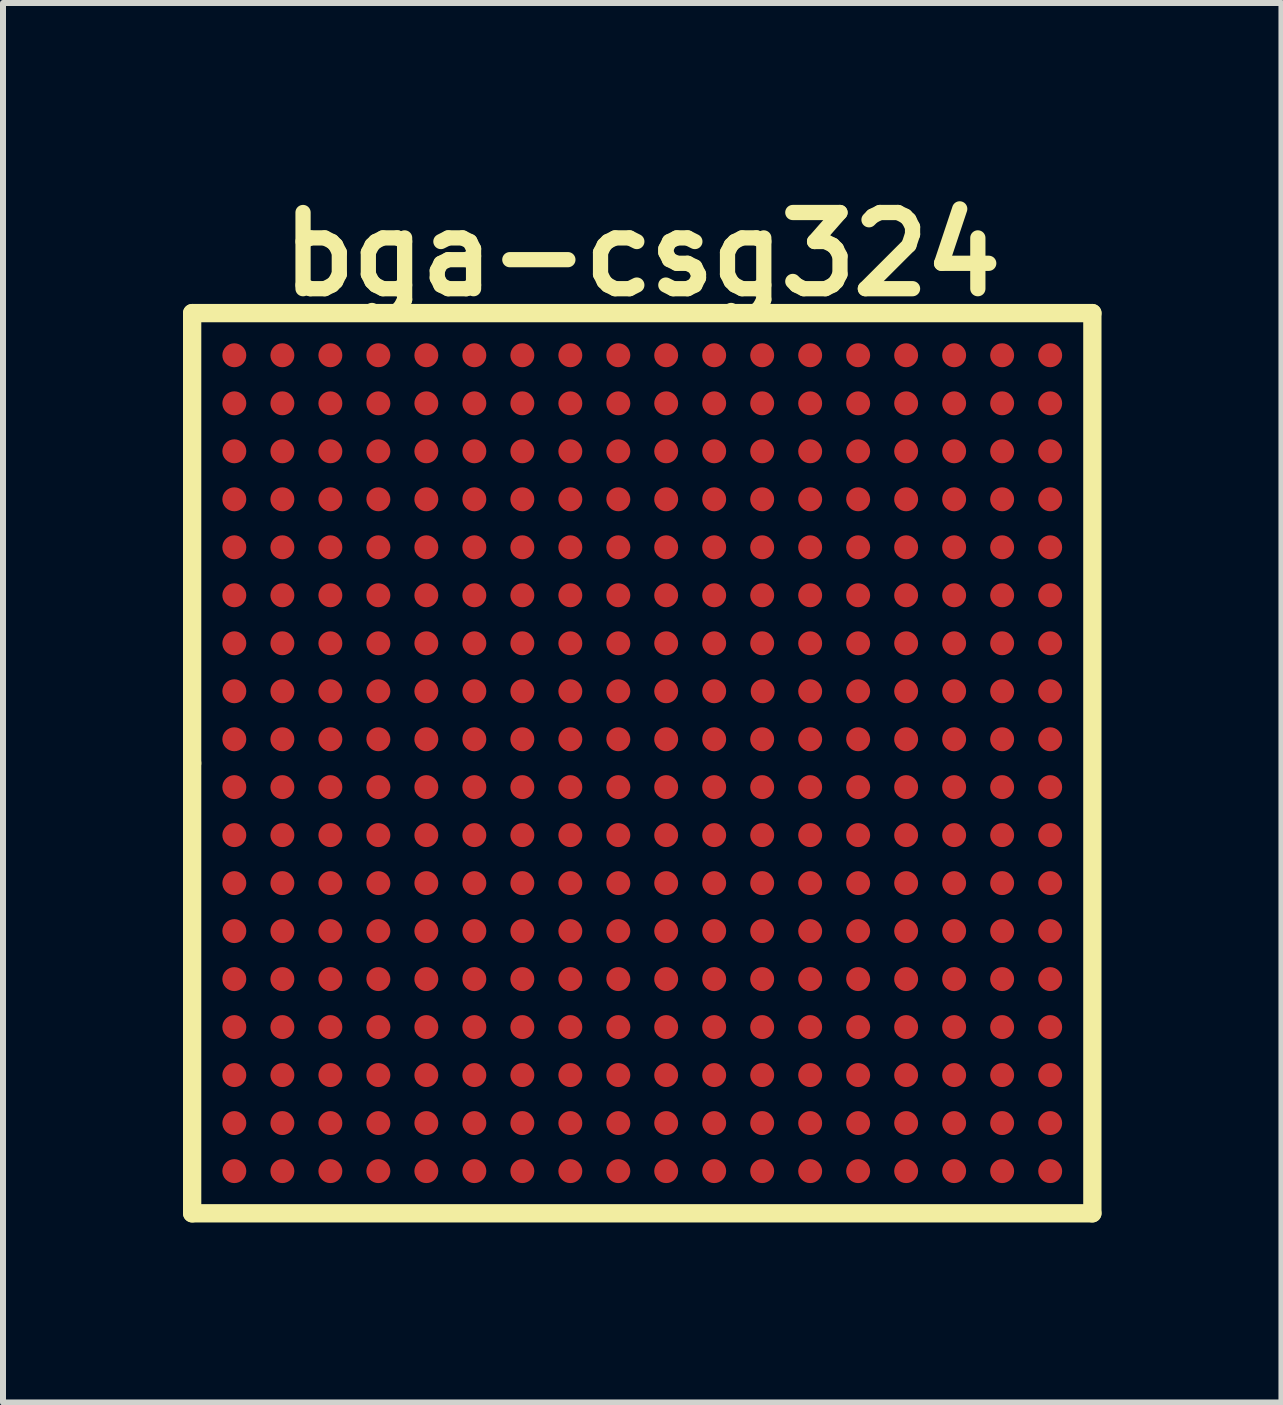
<source format=kicad_pcb>
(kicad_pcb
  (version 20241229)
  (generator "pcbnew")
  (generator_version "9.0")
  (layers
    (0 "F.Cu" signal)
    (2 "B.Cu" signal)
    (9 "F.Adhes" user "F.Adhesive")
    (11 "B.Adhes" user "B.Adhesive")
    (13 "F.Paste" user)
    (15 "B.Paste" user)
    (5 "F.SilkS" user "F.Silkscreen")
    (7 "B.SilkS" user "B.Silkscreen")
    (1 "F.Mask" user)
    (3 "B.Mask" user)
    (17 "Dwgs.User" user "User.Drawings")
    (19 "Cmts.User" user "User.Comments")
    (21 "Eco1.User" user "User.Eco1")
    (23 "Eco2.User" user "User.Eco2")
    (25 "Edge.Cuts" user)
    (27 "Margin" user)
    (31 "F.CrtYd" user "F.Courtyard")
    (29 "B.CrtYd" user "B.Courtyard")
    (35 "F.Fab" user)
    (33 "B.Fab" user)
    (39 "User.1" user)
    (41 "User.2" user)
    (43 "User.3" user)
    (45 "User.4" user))
  (footprint "bga-csg324"
    (layer "F.Cu")
    (at 7.656 9.672)
    (property "Reference" "bga-csg324" (at 0 -8.484 0) (layer "F.SilkS") (effects (font (size 1.27 1.27) (thickness 0.254))))
    (attr through_hole)
    (fp_line (start -7.503 -7.503) (end 7.503 -7.503) (stroke (width 0.305) (type solid)) (layer "F.SilkS"))
    (fp_line (start -7.503 0) (end -7.503 -7.503) (stroke (width 0.305) (type solid)) (layer "F.SilkS"))
    (fp_line (start -7.503 7.503) (end -7.503 0) (stroke (width 0.305) (type solid)) (layer "F.SilkS"))
    (fp_line (start 7.503 -7.503) (end 7.503 7.503) (stroke (width 0.305) (type solid)) (layer "F.SilkS"))
    (fp_line (start 7.503 7.503) (end -7.503 7.503) (stroke (width 0.305) (type solid)) (layer "F.SilkS"))
    (pad "A1" smd circle (at -6.8 -6.8) (size 0.399 0.399) (layers "F.Cu" "F.Mask" "F.Paste"))
    (pad "A2" smd circle (at -5.999 -6.8) (size 0.399 0.399) (layers "F.Cu" "F.Mask" "F.Paste"))
    (pad "A3" smd circle (at -5.199 -6.8) (size 0.399 0.399) (layers "F.Cu" "F.Mask" "F.Paste"))
    (pad "A4" smd circle (at -4.399 -6.8) (size 0.399 0.399) (layers "F.Cu" "F.Mask" "F.Paste"))
    (pad "A5" smd circle (at -3.599 -6.8) (size 0.399 0.399) (layers "F.Cu" "F.Mask" "F.Paste"))
    (pad "A6" smd circle (at -2.799 -6.8) (size 0.399 0.399) (layers "F.Cu" "F.Mask" "F.Paste"))
    (pad "A7" smd circle (at -1.999 -6.8) (size 0.399 0.399) (layers "F.Cu" "F.Mask" "F.Paste"))
    (pad "A8" smd circle (at -1.199 -6.8) (size 0.399 0.399) (layers "F.Cu" "F.Mask" "F.Paste"))
    (pad "A9" smd circle (at -0.399 -6.8) (size 0.399 0.399) (layers "F.Cu" "F.Mask" "F.Paste"))
    (pad "A10" smd circle (at 0.399 -6.8) (size 0.399 0.399) (layers "F.Cu" "F.Mask" "F.Paste"))
    (pad "A11" smd circle (at 1.199 -6.8) (size 0.399 0.399) (layers "F.Cu" "F.Mask" "F.Paste"))
    (pad "A12" smd circle (at 1.999 -6.8) (size 0.399 0.399) (layers "F.Cu" "F.Mask" "F.Paste"))
    (pad "A13" smd circle (at 2.799 -6.8) (size 0.399 0.399) (layers "F.Cu" "F.Mask" "F.Paste"))
    (pad "A14" smd circle (at 3.599 -6.8) (size 0.399 0.399) (layers "F.Cu" "F.Mask" "F.Paste"))
    (pad "A15" smd circle (at 4.399 -6.8) (size 0.399 0.399) (layers "F.Cu" "F.Mask" "F.Paste"))
    (pad "A16" smd circle (at 5.199 -6.8) (size 0.399 0.399) (layers "F.Cu" "F.Mask" "F.Paste"))
    (pad "A17" smd circle (at 5.999 -6.8) (size 0.399 0.399) (layers "F.Cu" "F.Mask" "F.Paste"))
    (pad "A18" smd circle (at 6.8 -6.8) (size 0.399 0.399) (layers "F.Cu" "F.Mask" "F.Paste"))
    (pad "B1" smd circle (at -6.8 -5.999) (size 0.399 0.399) (layers "F.Cu" "F.Mask" "F.Paste"))
    (pad "B2" smd circle (at -5.999 -5.999) (size 0.399 0.399) (layers "F.Cu" "F.Mask" "F.Paste"))
    (pad "B3" smd circle (at -5.199 -5.999) (size 0.399 0.399) (layers "F.Cu" "F.Mask" "F.Paste"))
    (pad "B4" smd circle (at -4.399 -5.999) (size 0.399 0.399) (layers "F.Cu" "F.Mask" "F.Paste"))
    (pad "B5" smd circle (at -3.599 -5.999) (size 0.399 0.399) (layers "F.Cu" "F.Mask" "F.Paste"))
    (pad "B6" smd circle (at -2.799 -5.999) (size 0.399 0.399) (layers "F.Cu" "F.Mask" "F.Paste"))
    (pad "B7" smd circle (at -1.999 -5.999) (size 0.399 0.399) (layers "F.Cu" "F.Mask" "F.Paste"))
    (pad "B8" smd circle (at -1.199 -5.999) (size 0.399 0.399) (layers "F.Cu" "F.Mask" "F.Paste"))
    (pad "B9" smd circle (at -0.399 -5.999) (size 0.399 0.399) (layers "F.Cu" "F.Mask" "F.Paste"))
    (pad "B10" smd circle (at 0.399 -5.999) (size 0.399 0.399) (layers "F.Cu" "F.Mask" "F.Paste"))
    (pad "B11" smd circle (at 1.199 -5.999) (size 0.399 0.399) (layers "F.Cu" "F.Mask" "F.Paste"))
    (pad "B12" smd circle (at 1.999 -5.999) (size 0.399 0.399) (layers "F.Cu" "F.Mask" "F.Paste"))
    (pad "B13" smd circle (at 2.799 -5.999) (size 0.399 0.399) (layers "F.Cu" "F.Mask" "F.Paste"))
    (pad "B14" smd circle (at 3.599 -5.999) (size 0.399 0.399) (layers "F.Cu" "F.Mask" "F.Paste"))
    (pad "B15" smd circle (at 4.399 -5.999) (size 0.399 0.399) (layers "F.Cu" "F.Mask" "F.Paste"))
    (pad "B16" smd circle (at 5.199 -5.999) (size 0.399 0.399) (layers "F.Cu" "F.Mask" "F.Paste"))
    (pad "B17" smd circle (at 5.999 -5.999) (size 0.399 0.399) (layers "F.Cu" "F.Mask" "F.Paste"))
    (pad "B18" smd circle (at 6.8 -5.999) (size 0.399 0.399) (layers "F.Cu" "F.Mask" "F.Paste"))
    (pad "C1" smd circle (at -6.8 -5.199) (size 0.399 0.399) (layers "F.Cu" "F.Mask" "F.Paste"))
    (pad "C2" smd circle (at -5.999 -5.199) (size 0.399 0.399) (layers "F.Cu" "F.Mask" "F.Paste"))
    (pad "C3" smd circle (at -5.199 -5.199) (size 0.399 0.399) (layers "F.Cu" "F.Mask" "F.Paste"))
    (pad "C4" smd circle (at -4.399 -5.199) (size 0.399 0.399) (layers "F.Cu" "F.Mask" "F.Paste"))
    (pad "C5" smd circle (at -3.599 -5.199) (size 0.399 0.399) (layers "F.Cu" "F.Mask" "F.Paste"))
    (pad "C6" smd circle (at -2.799 -5.199) (size 0.399 0.399) (layers "F.Cu" "F.Mask" "F.Paste"))
    (pad "C7" smd circle (at -1.999 -5.199) (size 0.399 0.399) (layers "F.Cu" "F.Mask" "F.Paste"))
    (pad "C8" smd circle (at -1.199 -5.199) (size 0.399 0.399) (layers "F.Cu" "F.Mask" "F.Paste"))
    (pad "C9" smd circle (at -0.399 -5.199) (size 0.399 0.399) (layers "F.Cu" "F.Mask" "F.Paste"))
    (pad "C10" smd circle (at 0.399 -5.199) (size 0.399 0.399) (layers "F.Cu" "F.Mask" "F.Paste"))
    (pad "C11" smd circle (at 1.199 -5.199) (size 0.399 0.399) (layers "F.Cu" "F.Mask" "F.Paste"))
    (pad "C12" smd circle (at 1.999 -5.199) (size 0.399 0.399) (layers "F.Cu" "F.Mask" "F.Paste"))
    (pad "C13" smd circle (at 2.799 -5.199) (size 0.399 0.399) (layers "F.Cu" "F.Mask" "F.Paste"))
    (pad "C14" smd circle (at 3.599 -5.199) (size 0.399 0.399) (layers "F.Cu" "F.Mask" "F.Paste"))
    (pad "C15" smd circle (at 4.399 -5.199) (size 0.399 0.399) (layers "F.Cu" "F.Mask" "F.Paste"))
    (pad "C16" smd circle (at 5.199 -5.199) (size 0.399 0.399) (layers "F.Cu" "F.Mask" "F.Paste"))
    (pad "C17" smd circle (at 5.999 -5.199) (size 0.399 0.399) (layers "F.Cu" "F.Mask" "F.Paste"))
    (pad "C18" smd circle (at 6.8 -5.199) (size 0.399 0.399) (layers "F.Cu" "F.Mask" "F.Paste"))
    (pad "D1" smd circle (at -6.8 -4.399) (size 0.399 0.399) (layers "F.Cu" "F.Mask" "F.Paste"))
    (pad "D2" smd circle (at -5.999 -4.399) (size 0.399 0.399) (layers "F.Cu" "F.Mask" "F.Paste"))
    (pad "D3" smd circle (at -5.199 -4.399) (size 0.399 0.399) (layers "F.Cu" "F.Mask" "F.Paste"))
    (pad "D4" smd circle (at -4.399 -4.399) (size 0.399 0.399) (layers "F.Cu" "F.Mask" "F.Paste"))
    (pad "D5" smd circle (at -3.599 -4.399) (size 0.399 0.399) (layers "F.Cu" "F.Mask" "F.Paste"))
    (pad "D6" smd circle (at -2.799 -4.399) (size 0.399 0.399) (layers "F.Cu" "F.Mask" "F.Paste"))
    (pad "D7" smd circle (at -1.999 -4.399) (size 0.399 0.399) (layers "F.Cu" "F.Mask" "F.Paste"))
    (pad "D8" smd circle (at -1.199 -4.399) (size 0.399 0.399) (layers "F.Cu" "F.Mask" "F.Paste"))
    (pad "D9" smd circle (at -0.399 -4.399) (size 0.399 0.399) (layers "F.Cu" "F.Mask" "F.Paste"))
    (pad "D10" smd circle (at 0.399 -4.399) (size 0.399 0.399) (layers "F.Cu" "F.Mask" "F.Paste"))
    (pad "D11" smd circle (at 1.199 -4.399) (size 0.399 0.399) (layers "F.Cu" "F.Mask" "F.Paste"))
    (pad "D12" smd circle (at 1.999 -4.399) (size 0.399 0.399) (layers "F.Cu" "F.Mask" "F.Paste"))
    (pad "D13" smd circle (at 2.799 -4.399) (size 0.399 0.399) (layers "F.Cu" "F.Mask" "F.Paste"))
    (pad "D14" smd circle (at 3.599 -4.399) (size 0.399 0.399) (layers "F.Cu" "F.Mask" "F.Paste"))
    (pad "D15" smd circle (at 4.399 -4.399) (size 0.399 0.399) (layers "F.Cu" "F.Mask" "F.Paste"))
    (pad "D16" smd circle (at 5.199 -4.399) (size 0.399 0.399) (layers "F.Cu" "F.Mask" "F.Paste"))
    (pad "D17" smd circle (at 5.999 -4.399) (size 0.399 0.399) (layers "F.Cu" "F.Mask" "F.Paste"))
    (pad "D18" smd circle (at 6.8 -4.399) (size 0.399 0.399) (layers "F.Cu" "F.Mask" "F.Paste"))
    (pad "E1" smd circle (at -6.8 -3.599) (size 0.399 0.399) (layers "F.Cu" "F.Mask" "F.Paste"))
    (pad "E2" smd circle (at -5.999 -3.599) (size 0.399 0.399) (layers "F.Cu" "F.Mask" "F.Paste"))
    (pad "E3" smd circle (at -5.199 -3.599) (size 0.399 0.399) (layers "F.Cu" "F.Mask" "F.Paste"))
    (pad "E4" smd circle (at -4.399 -3.599) (size 0.399 0.399) (layers "F.Cu" "F.Mask" "F.Paste"))
    (pad "E5" smd circle (at -3.599 -3.599) (size 0.399 0.399) (layers "F.Cu" "F.Mask" "F.Paste"))
    (pad "E6" smd circle (at -2.799 -3.599) (size 0.399 0.399) (layers "F.Cu" "F.Mask" "F.Paste"))
    (pad "E7" smd circle (at -1.999 -3.599) (size 0.399 0.399) (layers "F.Cu" "F.Mask" "F.Paste"))
    (pad "E8" smd circle (at -1.199 -3.599) (size 0.399 0.399) (layers "F.Cu" "F.Mask" "F.Paste"))
    (pad "E9" smd circle (at -0.399 -3.599) (size 0.399 0.399) (layers "F.Cu" "F.Mask" "F.Paste"))
    (pad "E10" smd circle (at 0.399 -3.599) (size 0.399 0.399) (layers "F.Cu" "F.Mask" "F.Paste"))
    (pad "E11" smd circle (at 1.199 -3.599) (size 0.399 0.399) (layers "F.Cu" "F.Mask" "F.Paste"))
    (pad "E12" smd circle (at 1.999 -3.599) (size 0.399 0.399) (layers "F.Cu" "F.Mask" "F.Paste"))
    (pad "E13" smd circle (at 2.799 -3.599) (size 0.399 0.399) (layers "F.Cu" "F.Mask" "F.Paste"))
    (pad "E14" smd circle (at 3.599 -3.599) (size 0.399 0.399) (layers "F.Cu" "F.Mask" "F.Paste"))
    (pad "E15" smd circle (at 4.399 -3.599) (size 0.399 0.399) (layers "F.Cu" "F.Mask" "F.Paste"))
    (pad "E16" smd circle (at 5.199 -3.599) (size 0.399 0.399) (layers "F.Cu" "F.Mask" "F.Paste"))
    (pad "E17" smd circle (at 5.999 -3.599) (size 0.399 0.399) (layers "F.Cu" "F.Mask" "F.Paste"))
    (pad "E18" smd circle (at 6.8 -3.599) (size 0.399 0.399) (layers "F.Cu" "F.Mask" "F.Paste"))
    (pad "F1" smd circle (at -6.8 -2.799) (size 0.399 0.399) (layers "F.Cu" "F.Mask" "F.Paste"))
    (pad "F2" smd circle (at -5.999 -2.799) (size 0.399 0.399) (layers "F.Cu" "F.Mask" "F.Paste"))
    (pad "F3" smd circle (at -5.199 -2.799) (size 0.399 0.399) (layers "F.Cu" "F.Mask" "F.Paste"))
    (pad "F4" smd circle (at -4.399 -2.799) (size 0.399 0.399) (layers "F.Cu" "F.Mask" "F.Paste"))
    (pad "F5" smd circle (at -3.599 -2.799) (size 0.399 0.399) (layers "F.Cu" "F.Mask" "F.Paste"))
    (pad "F6" smd circle (at -2.799 -2.799) (size 0.399 0.399) (layers "F.Cu" "F.Mask" "F.Paste"))
    (pad "F7" smd circle (at -1.999 -2.799) (size 0.399 0.399) (layers "F.Cu" "F.Mask" "F.Paste"))
    (pad "F8" smd circle (at -1.199 -2.799) (size 0.399 0.399) (layers "F.Cu" "F.Mask" "F.Paste"))
    (pad "F9" smd circle (at -0.399 -2.799) (size 0.399 0.399) (layers "F.Cu" "F.Mask" "F.Paste"))
    (pad "F10" smd circle (at 0.399 -2.799) (size 0.399 0.399) (layers "F.Cu" "F.Mask" "F.Paste"))
    (pad "F11" smd circle (at 1.199 -2.799) (size 0.399 0.399) (layers "F.Cu" "F.Mask" "F.Paste"))
    (pad "F12" smd circle (at 1.999 -2.799) (size 0.399 0.399) (layers "F.Cu" "F.Mask" "F.Paste"))
    (pad "F13" smd circle (at 2.799 -2.799) (size 0.399 0.399) (layers "F.Cu" "F.Mask" "F.Paste"))
    (pad "F14" smd circle (at 3.599 -2.799) (size 0.399 0.399) (layers "F.Cu" "F.Mask" "F.Paste"))
    (pad "F15" smd circle (at 4.399 -2.799) (size 0.399 0.399) (layers "F.Cu" "F.Mask" "F.Paste"))
    (pad "F16" smd circle (at 5.199 -2.799) (size 0.399 0.399) (layers "F.Cu" "F.Mask" "F.Paste"))
    (pad "F17" smd circle (at 5.999 -2.799) (size 0.399 0.399) (layers "F.Cu" "F.Mask" "F.Paste"))
    (pad "F18" smd circle (at 6.8 -2.799) (size 0.399 0.399) (layers "F.Cu" "F.Mask" "F.Paste"))
    (pad "G1" smd circle (at -6.8 -1.999) (size 0.399 0.399) (layers "F.Cu" "F.Mask" "F.Paste"))
    (pad "G2" smd circle (at -5.999 -1.999) (size 0.399 0.399) (layers "F.Cu" "F.Mask" "F.Paste"))
    (pad "G3" smd circle (at -5.199 -1.999) (size 0.399 0.399) (layers "F.Cu" "F.Mask" "F.Paste"))
    (pad "G4" smd circle (at -4.399 -1.999) (size 0.399 0.399) (layers "F.Cu" "F.Mask" "F.Paste"))
    (pad "G5" smd circle (at -3.599 -1.999) (size 0.399 0.399) (layers "F.Cu" "F.Mask" "F.Paste"))
    (pad "G6" smd circle (at -2.799 -1.999) (size 0.399 0.399) (layers "F.Cu" "F.Mask" "F.Paste"))
    (pad "G7" smd circle (at -1.999 -1.999) (size 0.399 0.399) (layers "F.Cu" "F.Mask" "F.Paste"))
    (pad "G8" smd circle (at -1.199 -1.999) (size 0.399 0.399) (layers "F.Cu" "F.Mask" "F.Paste"))
    (pad "G9" smd circle (at -0.399 -1.999) (size 0.399 0.399) (layers "F.Cu" "F.Mask" "F.Paste"))
    (pad "G10" smd circle (at 0.399 -1.999) (size 0.399 0.399) (layers "F.Cu" "F.Mask" "F.Paste"))
    (pad "G11" smd circle (at 1.199 -1.999) (size 0.399 0.399) (layers "F.Cu" "F.Mask" "F.Paste"))
    (pad "G12" smd circle (at 1.999 -1.999) (size 0.399 0.399) (layers "F.Cu" "F.Mask" "F.Paste"))
    (pad "G13" smd circle (at 2.799 -1.999) (size 0.399 0.399) (layers "F.Cu" "F.Mask" "F.Paste"))
    (pad "G14" smd circle (at 3.599 -1.999) (size 0.399 0.399) (layers "F.Cu" "F.Mask" "F.Paste"))
    (pad "G15" smd circle (at 4.399 -1.999) (size 0.399 0.399) (layers "F.Cu" "F.Mask" "F.Paste"))
    (pad "G16" smd circle (at 5.199 -1.999) (size 0.399 0.399) (layers "F.Cu" "F.Mask" "F.Paste"))
    (pad "G17" smd circle (at 5.999 -1.999) (size 0.399 0.399) (layers "F.Cu" "F.Mask" "F.Paste"))
    (pad "G18" smd circle (at 6.8 -1.999) (size 0.399 0.399) (layers "F.Cu" "F.Mask" "F.Paste"))
    (pad "H1" smd circle (at -6.8 -1.199) (size 0.399 0.399) (layers "F.Cu" "F.Mask" "F.Paste"))
    (pad "H2" smd circle (at -5.999 -1.199) (size 0.399 0.399) (layers "F.Cu" "F.Mask" "F.Paste"))
    (pad "H3" smd circle (at -5.199 -1.199) (size 0.399 0.399) (layers "F.Cu" "F.Mask" "F.Paste"))
    (pad "H4" smd circle (at -4.399 -1.199) (size 0.399 0.399) (layers "F.Cu" "F.Mask" "F.Paste"))
    (pad "H5" smd circle (at -3.599 -1.199) (size 0.399 0.399) (layers "F.Cu" "F.Mask" "F.Paste"))
    (pad "H6" smd circle (at -2.799 -1.199) (size 0.399 0.399) (layers "F.Cu" "F.Mask" "F.Paste"))
    (pad "H7" smd circle (at -1.999 -1.199) (size 0.399 0.399) (layers "F.Cu" "F.Mask" "F.Paste"))
    (pad "H8" smd circle (at -1.199 -1.199) (size 0.399 0.399) (layers "F.Cu" "F.Mask" "F.Paste"))
    (pad "H9" smd circle (at -0.399 -1.199) (size 0.399 0.399) (layers "F.Cu" "F.Mask" "F.Paste"))
    (pad "H10" smd circle (at 0.399 -1.199) (size 0.399 0.399) (layers "F.Cu" "F.Mask" "F.Paste"))
    (pad "H11" smd circle (at 1.199 -1.199) (size 0.399 0.399) (layers "F.Cu" "F.Mask" "F.Paste"))
    (pad "H12" smd circle (at 2.007 -1.199) (size 0.399 0.399) (layers "F.Cu" "F.Mask" "F.Paste"))
    (pad "H13" smd circle (at 2.799 -1.199) (size 0.399 0.399) (layers "F.Cu" "F.Mask" "F.Paste"))
    (pad "H14" smd circle (at 3.599 -1.199) (size 0.399 0.399) (layers "F.Cu" "F.Mask" "F.Paste"))
    (pad "H15" smd circle (at 4.399 -1.199) (size 0.399 0.399) (layers "F.Cu" "F.Mask" "F.Paste"))
    (pad "H16" smd circle (at 5.199 -1.199) (size 0.399 0.399) (layers "F.Cu" "F.Mask" "F.Paste"))
    (pad "H17" smd circle (at 5.999 -1.199) (size 0.399 0.399) (layers "F.Cu" "F.Mask" "F.Paste"))
    (pad "H18" smd circle (at 6.8 -1.199) (size 0.399 0.399) (layers "F.Cu" "F.Mask" "F.Paste"))
    (pad "J1" smd circle (at -6.8 -0.399) (size 0.399 0.399) (layers "F.Cu" "F.Mask" "F.Paste"))
    (pad "J2" smd circle (at -5.999 -0.399) (size 0.399 0.399) (layers "F.Cu" "F.Mask" "F.Paste"))
    (pad "J3" smd circle (at -5.199 -0.399) (size 0.399 0.399) (layers "F.Cu" "F.Mask" "F.Paste"))
    (pad "J4" smd circle (at -4.399 -0.399) (size 0.399 0.399) (layers "F.Cu" "F.Mask" "F.Paste"))
    (pad "J5" smd circle (at -3.599 -0.399) (size 0.399 0.399) (layers "F.Cu" "F.Mask" "F.Paste"))
    (pad "J6" smd circle (at -2.799 -0.399) (size 0.399 0.399) (layers "F.Cu" "F.Mask" "F.Paste"))
    (pad "J7" smd circle (at -1.999 -0.399) (size 0.399 0.399) (layers "F.Cu" "F.Mask" "F.Paste"))
    (pad "J8" smd circle (at -1.199 -0.399) (size 0.399 0.399) (layers "F.Cu" "F.Mask" "F.Paste"))
    (pad "J9" smd circle (at -0.399 -0.399) (size 0.399 0.399) (layers "F.Cu" "F.Mask" "F.Paste"))
    (pad "J10" smd circle (at 0.399 -0.399) (size 0.399 0.399) (layers "F.Cu" "F.Mask" "F.Paste"))
    (pad "J11" smd circle (at 1.199 -0.399) (size 0.399 0.399) (layers "F.Cu" "F.Mask" "F.Paste"))
    (pad "J12" smd circle (at 1.999 -0.399) (size 0.399 0.399) (layers "F.Cu" "F.Mask" "F.Paste"))
    (pad "J13" smd circle (at 2.799 -0.399) (size 0.399 0.399) (layers "F.Cu" "F.Mask" "F.Paste"))
    (pad "J14" smd circle (at 3.599 -0.399) (size 0.399 0.399) (layers "F.Cu" "F.Mask" "F.Paste"))
    (pad "J15" smd circle (at 4.399 -0.399) (size 0.399 0.399) (layers "F.Cu" "F.Mask" "F.Paste"))
    (pad "J16" smd circle (at 5.199 -0.399) (size 0.399 0.399) (layers "F.Cu" "F.Mask" "F.Paste"))
    (pad "J17" smd circle (at 5.999 -0.399) (size 0.399 0.399) (layers "F.Cu" "F.Mask" "F.Paste"))
    (pad "J18" smd circle (at 6.8 -0.399) (size 0.399 0.399) (layers "F.Cu" "F.Mask" "F.Paste"))
    (pad "K1" smd circle (at -6.8 0.399) (size 0.399 0.399) (layers "F.Cu" "F.Mask" "F.Paste"))
    (pad "K2" smd circle (at -5.999 0.399) (size 0.399 0.399) (layers "F.Cu" "F.Mask" "F.Paste"))
    (pad "K3" smd circle (at -5.199 0.399) (size 0.399 0.399) (layers "F.Cu" "F.Mask" "F.Paste"))
    (pad "K4" smd circle (at -4.399 0.399) (size 0.399 0.399) (layers "F.Cu" "F.Mask" "F.Paste"))
    (pad "K5" smd circle (at -3.599 0.399) (size 0.399 0.399) (layers "F.Cu" "F.Mask" "F.Paste"))
    (pad "K6" smd circle (at -2.799 0.399) (size 0.399 0.399) (layers "F.Cu" "F.Mask" "F.Paste"))
    (pad "K7" smd circle (at -1.999 0.399) (size 0.399 0.399) (layers "F.Cu" "F.Mask" "F.Paste"))
    (pad "K8" smd circle (at -1.199 0.399) (size 0.399 0.399) (layers "F.Cu" "F.Mask" "F.Paste"))
    (pad "K9" smd circle (at -0.399 0.399) (size 0.399 0.399) (layers "F.Cu" "F.Mask" "F.Paste"))
    (pad "K10" smd circle (at 0.399 0.399) (size 0.399 0.399) (layers "F.Cu" "F.Mask" "F.Paste"))
    (pad "K11" smd circle (at 1.199 0.399) (size 0.399 0.399) (layers "F.Cu" "F.Mask" "F.Paste"))
    (pad "K12" smd circle (at 1.999 0.399) (size 0.399 0.399) (layers "F.Cu" "F.Mask" "F.Paste"))
    (pad "K13" smd circle (at 2.799 0.399) (size 0.399 0.399) (layers "F.Cu" "F.Mask" "F.Paste"))
    (pad "K14" smd circle (at 3.599 0.399) (size 0.399 0.399) (layers "F.Cu" "F.Mask" "F.Paste"))
    (pad "K15" smd circle (at 4.399 0.399) (size 0.399 0.399) (layers "F.Cu" "F.Mask" "F.Paste"))
    (pad "K16" smd circle (at 5.199 0.399) (size 0.399 0.399) (layers "F.Cu" "F.Mask" "F.Paste"))
    (pad "K17" smd circle (at 5.999 0.399) (size 0.399 0.399) (layers "F.Cu" "F.Mask" "F.Paste"))
    (pad "K18" smd circle (at 6.8 0.399) (size 0.399 0.399) (layers "F.Cu" "F.Mask" "F.Paste"))
    (pad "L1" smd circle (at -6.8 1.199) (size 0.399 0.399) (layers "F.Cu" "F.Mask" "F.Paste"))
    (pad "L2" smd circle (at -5.999 1.199) (size 0.399 0.399) (layers "F.Cu" "F.Mask" "F.Paste"))
    (pad "L3" smd circle (at -5.199 1.199) (size 0.399 0.399) (layers "F.Cu" "F.Mask" "F.Paste"))
    (pad "L4" smd circle (at -4.399 1.199) (size 0.399 0.399) (layers "F.Cu" "F.Mask" "F.Paste"))
    (pad "L5" smd circle (at -3.599 1.199) (size 0.399 0.399) (layers "F.Cu" "F.Mask" "F.Paste"))
    (pad "L6" smd circle (at -2.799 1.199) (size 0.399 0.399) (layers "F.Cu" "F.Mask" "F.Paste"))
    (pad "L7" smd circle (at -1.999 1.199) (size 0.399 0.399) (layers "F.Cu" "F.Mask" "F.Paste"))
    (pad "L8" smd circle (at -1.199 1.199) (size 0.399 0.399) (layers "F.Cu" "F.Mask" "F.Paste"))
    (pad "L9" smd circle (at -0.399 1.199) (size 0.399 0.399) (layers "F.Cu" "F.Mask" "F.Paste"))
    (pad "L10" smd circle (at 0.399 1.199) (size 0.399 0.399) (layers "F.Cu" "F.Mask" "F.Paste"))
    (pad "L11" smd circle (at 1.199 1.199) (size 0.399 0.399) (layers "F.Cu" "F.Mask" "F.Paste"))
    (pad "L12" smd circle (at 1.999 1.199) (size 0.399 0.399) (layers "F.Cu" "F.Mask" "F.Paste"))
    (pad "L13" smd circle (at 2.799 1.199) (size 0.399 0.399) (layers "F.Cu" "F.Mask" "F.Paste"))
    (pad "L14" smd circle (at 3.599 1.199) (size 0.399 0.399) (layers "F.Cu" "F.Mask" "F.Paste"))
    (pad "L15" smd circle (at 4.399 1.199) (size 0.399 0.399) (layers "F.Cu" "F.Mask" "F.Paste"))
    (pad "L16" smd circle (at 5.199 1.199) (size 0.399 0.399) (layers "F.Cu" "F.Mask" "F.Paste"))
    (pad "L17" smd circle (at 5.999 1.199) (size 0.399 0.399) (layers "F.Cu" "F.Mask" "F.Paste"))
    (pad "L18" smd circle (at 6.8 1.199) (size 0.399 0.399) (layers "F.Cu" "F.Mask" "F.Paste"))
    (pad "M1" smd circle (at -6.8 1.999) (size 0.399 0.399) (layers "F.Cu" "F.Mask" "F.Paste"))
    (pad "M2" smd circle (at -5.999 1.999) (size 0.399 0.399) (layers "F.Cu" "F.Mask" "F.Paste"))
    (pad "M3" smd circle (at -5.199 1.999) (size 0.399 0.399) (layers "F.Cu" "F.Mask" "F.Paste"))
    (pad "M4" smd circle (at -4.399 1.999) (size 0.399 0.399) (layers "F.Cu" "F.Mask" "F.Paste"))
    (pad "M5" smd circle (at -3.599 1.999) (size 0.399 0.399) (layers "F.Cu" "F.Mask" "F.Paste"))
    (pad "M6" smd circle (at -2.799 1.999) (size 0.399 0.399) (layers "F.Cu" "F.Mask" "F.Paste"))
    (pad "M7" smd circle (at -1.999 1.999) (size 0.399 0.399) (layers "F.Cu" "F.Mask" "F.Paste"))
    (pad "M8" smd circle (at -1.199 1.999) (size 0.399 0.399) (layers "F.Cu" "F.Mask" "F.Paste"))
    (pad "M9" smd circle (at -0.399 1.999) (size 0.399 0.399) (layers "F.Cu" "F.Mask" "F.Paste"))
    (pad "M10" smd circle (at 0.399 1.999) (size 0.399 0.399) (layers "F.Cu" "F.Mask" "F.Paste"))
    (pad "M11" smd circle (at 1.199 1.999) (size 0.399 0.399) (layers "F.Cu" "F.Mask" "F.Paste"))
    (pad "M12" smd circle (at 1.999 1.999) (size 0.399 0.399) (layers "F.Cu" "F.Mask" "F.Paste"))
    (pad "M13" smd circle (at 2.799 1.999) (size 0.399 0.399) (layers "F.Cu" "F.Mask" "F.Paste"))
    (pad "M14" smd circle (at 3.599 1.999) (size 0.399 0.399) (layers "F.Cu" "F.Mask" "F.Paste"))
    (pad "M15" smd circle (at 4.399 1.999) (size 0.399 0.399) (layers "F.Cu" "F.Mask" "F.Paste"))
    (pad "M16" smd circle (at 5.199 1.999) (size 0.399 0.399) (layers "F.Cu" "F.Mask" "F.Paste"))
    (pad "M17" smd circle (at 5.999 1.999) (size 0.399 0.399) (layers "F.Cu" "F.Mask" "F.Paste"))
    (pad "M18" smd circle (at 6.8 1.999) (size 0.399 0.399) (layers "F.Cu" "F.Mask" "F.Paste"))
    (pad "N1" smd circle (at -6.8 2.799) (size 0.399 0.399) (layers "F.Cu" "F.Mask" "F.Paste"))
    (pad "N2" smd circle (at -5.999 2.799) (size 0.399 0.399) (layers "F.Cu" "F.Mask" "F.Paste"))
    (pad "N3" smd circle (at -5.199 2.799) (size 0.399 0.399) (layers "F.Cu" "F.Mask" "F.Paste"))
    (pad "N4" smd circle (at -4.399 2.799) (size 0.399 0.399) (layers "F.Cu" "F.Mask" "F.Paste"))
    (pad "N5" smd circle (at -3.599 2.799) (size 0.399 0.399) (layers "F.Cu" "F.Mask" "F.Paste"))
    (pad "N6" smd circle (at -2.799 2.799) (size 0.399 0.399) (layers "F.Cu" "F.Mask" "F.Paste"))
    (pad "N7" smd circle (at -1.999 2.799) (size 0.399 0.399) (layers "F.Cu" "F.Mask" "F.Paste"))
    (pad "N8" smd circle (at -1.199 2.799) (size 0.399 0.399) (layers "F.Cu" "F.Mask" "F.Paste"))
    (pad "N9" smd circle (at -0.399 2.799) (size 0.399 0.399) (layers "F.Cu" "F.Mask" "F.Paste"))
    (pad "N10" smd circle (at 0.399 2.799) (size 0.399 0.399) (layers "F.Cu" "F.Mask" "F.Paste"))
    (pad "N11" smd circle (at 1.199 2.799) (size 0.399 0.399) (layers "F.Cu" "F.Mask" "F.Paste"))
    (pad "N12" smd circle (at 1.999 2.799) (size 0.399 0.399) (layers "F.Cu" "F.Mask" "F.Paste"))
    (pad "N13" smd circle (at 2.799 2.799) (size 0.399 0.399) (layers "F.Cu" "F.Mask" "F.Paste"))
    (pad "N14" smd circle (at 3.599 2.799) (size 0.399 0.399) (layers "F.Cu" "F.Mask" "F.Paste"))
    (pad "N15" smd circle (at 4.399 2.799) (size 0.399 0.399) (layers "F.Cu" "F.Mask" "F.Paste"))
    (pad "N16" smd circle (at 5.199 2.799) (size 0.399 0.399) (layers "F.Cu" "F.Mask" "F.Paste"))
    (pad "N17" smd circle (at 5.999 2.799) (size 0.399 0.399) (layers "F.Cu" "F.Mask" "F.Paste"))
    (pad "N18" smd circle (at 6.8 2.799) (size 0.399 0.399) (layers "F.Cu" "F.Mask" "F.Paste"))
    (pad "P1" smd circle (at -6.8 3.599) (size 0.399 0.399) (layers "F.Cu" "F.Mask" "F.Paste"))
    (pad "P2" smd circle (at -5.999 3.599) (size 0.399 0.399) (layers "F.Cu" "F.Mask" "F.Paste"))
    (pad "P3" smd circle (at -5.199 3.599) (size 0.399 0.399) (layers "F.Cu" "F.Mask" "F.Paste"))
    (pad "P4" smd circle (at -4.399 3.599) (size 0.399 0.399) (layers "F.Cu" "F.Mask" "F.Paste"))
    (pad "P5" smd circle (at -3.599 3.599) (size 0.399 0.399) (layers "F.Cu" "F.Mask" "F.Paste"))
    (pad "P6" smd circle (at -2.799 3.599) (size 0.399 0.399) (layers "F.Cu" "F.Mask" "F.Paste"))
    (pad "P7" smd circle (at -1.999 3.599) (size 0.399 0.399) (layers "F.Cu" "F.Mask" "F.Paste"))
    (pad "P8" smd circle (at -1.199 3.599) (size 0.399 0.399) (layers "F.Cu" "F.Mask" "F.Paste"))
    (pad "P9" smd circle (at -0.399 3.599) (size 0.399 0.399) (layers "F.Cu" "F.Mask" "F.Paste"))
    (pad "P10" smd circle (at 0.399 3.599) (size 0.399 0.399) (layers "F.Cu" "F.Mask" "F.Paste"))
    (pad "P11" smd circle (at 1.199 3.599) (size 0.399 0.399) (layers "F.Cu" "F.Mask" "F.Paste"))
    (pad "P12" smd circle (at 1.999 3.599) (size 0.399 0.399) (layers "F.Cu" "F.Mask" "F.Paste"))
    (pad "P13" smd circle (at 2.799 3.599) (size 0.399 0.399) (layers "F.Cu" "F.Mask" "F.Paste"))
    (pad "P14" smd circle (at 3.599 3.599) (size 0.399 0.399) (layers "F.Cu" "F.Mask" "F.Paste"))
    (pad "P15" smd circle (at 4.399 3.599) (size 0.399 0.399) (layers "F.Cu" "F.Mask" "F.Paste"))
    (pad "P16" smd circle (at 5.199 3.599) (size 0.399 0.399) (layers "F.Cu" "F.Mask" "F.Paste"))
    (pad "P17" smd circle (at 5.999 3.599) (size 0.399 0.399) (layers "F.Cu" "F.Mask" "F.Paste"))
    (pad "P18" smd circle (at 6.8 3.599) (size 0.399 0.399) (layers "F.Cu" "F.Mask" "F.Paste"))
    (pad "R1" smd circle (at -6.8 4.399) (size 0.399 0.399) (layers "F.Cu" "F.Mask" "F.Paste"))
    (pad "R2" smd circle (at -5.999 4.399) (size 0.399 0.399) (layers "F.Cu" "F.Mask" "F.Paste"))
    (pad "R3" smd circle (at -5.199 4.399) (size 0.399 0.399) (layers "F.Cu" "F.Mask" "F.Paste"))
    (pad "R4" smd circle (at -4.399 4.399) (size 0.399 0.399) (layers "F.Cu" "F.Mask" "F.Paste"))
    (pad "R5" smd circle (at -3.599 4.399) (size 0.399 0.399) (layers "F.Cu" "F.Mask" "F.Paste"))
    (pad "R6" smd circle (at -2.799 4.399) (size 0.399 0.399) (layers "F.Cu" "F.Mask" "F.Paste"))
    (pad "R7" smd circle (at -1.999 4.399) (size 0.399 0.399) (layers "F.Cu" "F.Mask" "F.Paste"))
    (pad "R8" smd circle (at -1.199 4.399) (size 0.399 0.399) (layers "F.Cu" "F.Mask" "F.Paste"))
    (pad "R9" smd circle (at -0.399 4.399) (size 0.399 0.399) (layers "F.Cu" "F.Mask" "F.Paste"))
    (pad "R10" smd circle (at 0.399 4.399) (size 0.399 0.399) (layers "F.Cu" "F.Mask" "F.Paste"))
    (pad "R11" smd circle (at 1.199 4.399) (size 0.399 0.399) (layers "F.Cu" "F.Mask" "F.Paste"))
    (pad "R12" smd circle (at 1.999 4.399) (size 0.399 0.399) (layers "F.Cu" "F.Mask" "F.Paste"))
    (pad "R13" smd circle (at 2.799 4.399) (size 0.399 0.399) (layers "F.Cu" "F.Mask" "F.Paste"))
    (pad "R14" smd circle (at 3.599 4.399) (size 0.399 0.399) (layers "F.Cu" "F.Mask" "F.Paste"))
    (pad "R15" smd circle (at 4.399 4.399) (size 0.399 0.399) (layers "F.Cu" "F.Mask" "F.Paste"))
    (pad "R16" smd circle (at 5.199 4.399) (size 0.399 0.399) (layers "F.Cu" "F.Mask" "F.Paste"))
    (pad "R17" smd circle (at 5.999 4.399) (size 0.399 0.399) (layers "F.Cu" "F.Mask" "F.Paste"))
    (pad "R18" smd circle (at 6.8 4.399) (size 0.399 0.399) (layers "F.Cu" "F.Mask" "F.Paste"))
    (pad "T1" smd circle (at -6.8 5.199) (size 0.399 0.399) (layers "F.Cu" "F.Mask" "F.Paste"))
    (pad "T2" smd circle (at -5.999 5.199) (size 0.399 0.399) (layers "F.Cu" "F.Mask" "F.Paste"))
    (pad "T3" smd circle (at -5.199 5.199) (size 0.399 0.399) (layers "F.Cu" "F.Mask" "F.Paste"))
    (pad "T4" smd circle (at -4.399 5.199) (size 0.399 0.399) (layers "F.Cu" "F.Mask" "F.Paste"))
    (pad "T5" smd circle (at -3.599 5.199) (size 0.399 0.399) (layers "F.Cu" "F.Mask" "F.Paste"))
    (pad "T6" smd circle (at -2.799 5.199) (size 0.399 0.399) (layers "F.Cu" "F.Mask" "F.Paste"))
    (pad "T7" smd circle (at -1.999 5.199) (size 0.399 0.399) (layers "F.Cu" "F.Mask" "F.Paste"))
    (pad "T8" smd circle (at -1.199 5.199) (size 0.399 0.399) (layers "F.Cu" "F.Mask" "F.Paste"))
    (pad "T9" smd circle (at -0.399 5.199) (size 0.399 0.399) (layers "F.Cu" "F.Mask" "F.Paste"))
    (pad "T10" smd circle (at 0.399 5.199) (size 0.399 0.399) (layers "F.Cu" "F.Mask" "F.Paste"))
    (pad "T11" smd circle (at 1.199 5.199) (size 0.399 0.399) (layers "F.Cu" "F.Mask" "F.Paste"))
    (pad "T12" smd circle (at 1.999 5.199) (size 0.399 0.399) (layers "F.Cu" "F.Mask" "F.Paste"))
    (pad "T13" smd circle (at 2.799 5.199) (size 0.399 0.399) (layers "F.Cu" "F.Mask" "F.Paste"))
    (pad "T14" smd circle (at 3.599 5.199) (size 0.399 0.399) (layers "F.Cu" "F.Mask" "F.Paste"))
    (pad "T15" smd circle (at 4.399 5.199) (size 0.399 0.399) (layers "F.Cu" "F.Mask" "F.Paste"))
    (pad "T16" smd circle (at 5.199 5.199) (size 0.399 0.399) (layers "F.Cu" "F.Mask" "F.Paste"))
    (pad "T17" smd circle (at 5.999 5.199) (size 0.399 0.399) (layers "F.Cu" "F.Mask" "F.Paste"))
    (pad "T18" smd circle (at 6.8 5.199) (size 0.399 0.399) (layers "F.Cu" "F.Mask" "F.Paste"))
    (pad "U1" smd circle (at -6.8 5.999) (size 0.399 0.399) (layers "F.Cu" "F.Mask" "F.Paste"))
    (pad "U2" smd circle (at -5.999 5.999) (size 0.399 0.399) (layers "F.Cu" "F.Mask" "F.Paste"))
    (pad "U3" smd circle (at -5.199 5.999) (size 0.399 0.399) (layers "F.Cu" "F.Mask" "F.Paste"))
    (pad "U4" smd circle (at -4.399 5.999) (size 0.399 0.399) (layers "F.Cu" "F.Mask" "F.Paste"))
    (pad "U5" smd circle (at -3.599 5.999) (size 0.399 0.399) (layers "F.Cu" "F.Mask" "F.Paste"))
    (pad "U6" smd circle (at -2.799 5.999) (size 0.399 0.399) (layers "F.Cu" "F.Mask" "F.Paste"))
    (pad "U7" smd circle (at -1.999 5.999) (size 0.399 0.399) (layers "F.Cu" "F.Mask" "F.Paste"))
    (pad "U8" smd circle (at -1.199 5.999) (size 0.399 0.399) (layers "F.Cu" "F.Mask" "F.Paste"))
    (pad "U9" smd circle (at -0.399 5.999) (size 0.399 0.399) (layers "F.Cu" "F.Mask" "F.Paste"))
    (pad "U10" smd circle (at 0.399 5.999) (size 0.399 0.399) (layers "F.Cu" "F.Mask" "F.Paste"))
    (pad "U11" smd circle (at 1.199 5.999) (size 0.399 0.399) (layers "F.Cu" "F.Mask" "F.Paste"))
    (pad "U12" smd circle (at 1.999 5.999) (size 0.399 0.399) (layers "F.Cu" "F.Mask" "F.Paste"))
    (pad "U13" smd circle (at 2.799 5.999) (size 0.399 0.399) (layers "F.Cu" "F.Mask" "F.Paste"))
    (pad "U14" smd circle (at 3.599 5.999) (size 0.399 0.399) (layers "F.Cu" "F.Mask" "F.Paste"))
    (pad "U15" smd circle (at 4.399 5.999) (size 0.399 0.399) (layers "F.Cu" "F.Mask" "F.Paste"))
    (pad "U16" smd circle (at 5.199 5.999) (size 0.399 0.399) (layers "F.Cu" "F.Mask" "F.Paste"))
    (pad "U17" smd circle (at 5.999 5.999) (size 0.399 0.399) (layers "F.Cu" "F.Mask" "F.Paste"))
    (pad "U18" smd circle (at 6.8 5.999) (size 0.399 0.399) (layers "F.Cu" "F.Mask" "F.Paste"))
    (pad "V1" smd circle (at -6.8 6.8) (size 0.399 0.399) (layers "F.Cu" "F.Mask" "F.Paste"))
    (pad "V2" smd circle (at -5.999 6.8) (size 0.399 0.399) (layers "F.Cu" "F.Mask" "F.Paste"))
    (pad "V3" smd circle (at -5.199 6.8) (size 0.399 0.399) (layers "F.Cu" "F.Mask" "F.Paste"))
    (pad "V4" smd circle (at -4.399 6.8) (size 0.399 0.399) (layers "F.Cu" "F.Mask" "F.Paste"))
    (pad "V5" smd circle (at -3.599 6.8) (size 0.399 0.399) (layers "F.Cu" "F.Mask" "F.Paste"))
    (pad "V6" smd circle (at -2.799 6.8) (size 0.399 0.399) (layers "F.Cu" "F.Mask" "F.Paste"))
    (pad "V7" smd circle (at -1.999 6.8) (size 0.399 0.399) (layers "F.Cu" "F.Mask" "F.Paste"))
    (pad "V8" smd circle (at -1.199 6.8) (size 0.399 0.399) (layers "F.Cu" "F.Mask" "F.Paste"))
    (pad "V9" smd circle (at -0.399 6.8) (size 0.399 0.399) (layers "F.Cu" "F.Mask" "F.Paste"))
    (pad "V10" smd circle (at 0.399 6.8) (size 0.399 0.399) (layers "F.Cu" "F.Mask" "F.Paste"))
    (pad "V11" smd circle (at 1.199 6.8) (size 0.399 0.399) (layers "F.Cu" "F.Mask" "F.Paste"))
    (pad "V12" smd circle (at 1.999 6.8) (size 0.399 0.399) (layers "F.Cu" "F.Mask" "F.Paste"))
    (pad "V13" smd circle (at 2.799 6.8) (size 0.399 0.399) (layers "F.Cu" "F.Mask" "F.Paste"))
    (pad "V14" smd circle (at 3.599 6.8) (size 0.399 0.399) (layers "F.Cu" "F.Mask" "F.Paste"))
    (pad "V15" smd circle (at 4.399 6.8) (size 0.399 0.399) (layers "F.Cu" "F.Mask" "F.Paste"))
    (pad "V16" smd circle (at 5.199 6.8) (size 0.399 0.399) (layers "F.Cu" "F.Mask" "F.Paste"))
    (pad "V17" smd circle (at 5.999 6.8) (size 0.399 0.399) (layers "F.Cu" "F.Mask" "F.Paste"))
    (pad "V18" smd circle (at 6.8 6.8) (size 0.399 0.399) (layers "F.Cu" "F.Mask" "F.Paste")))
  (gr_rect
    (start -3 -3)
    (end 18.311 20.328)
    (stroke (width 0.1) (type default))
    (fill no)
    (layer "Edge.Cuts")))
</source>
